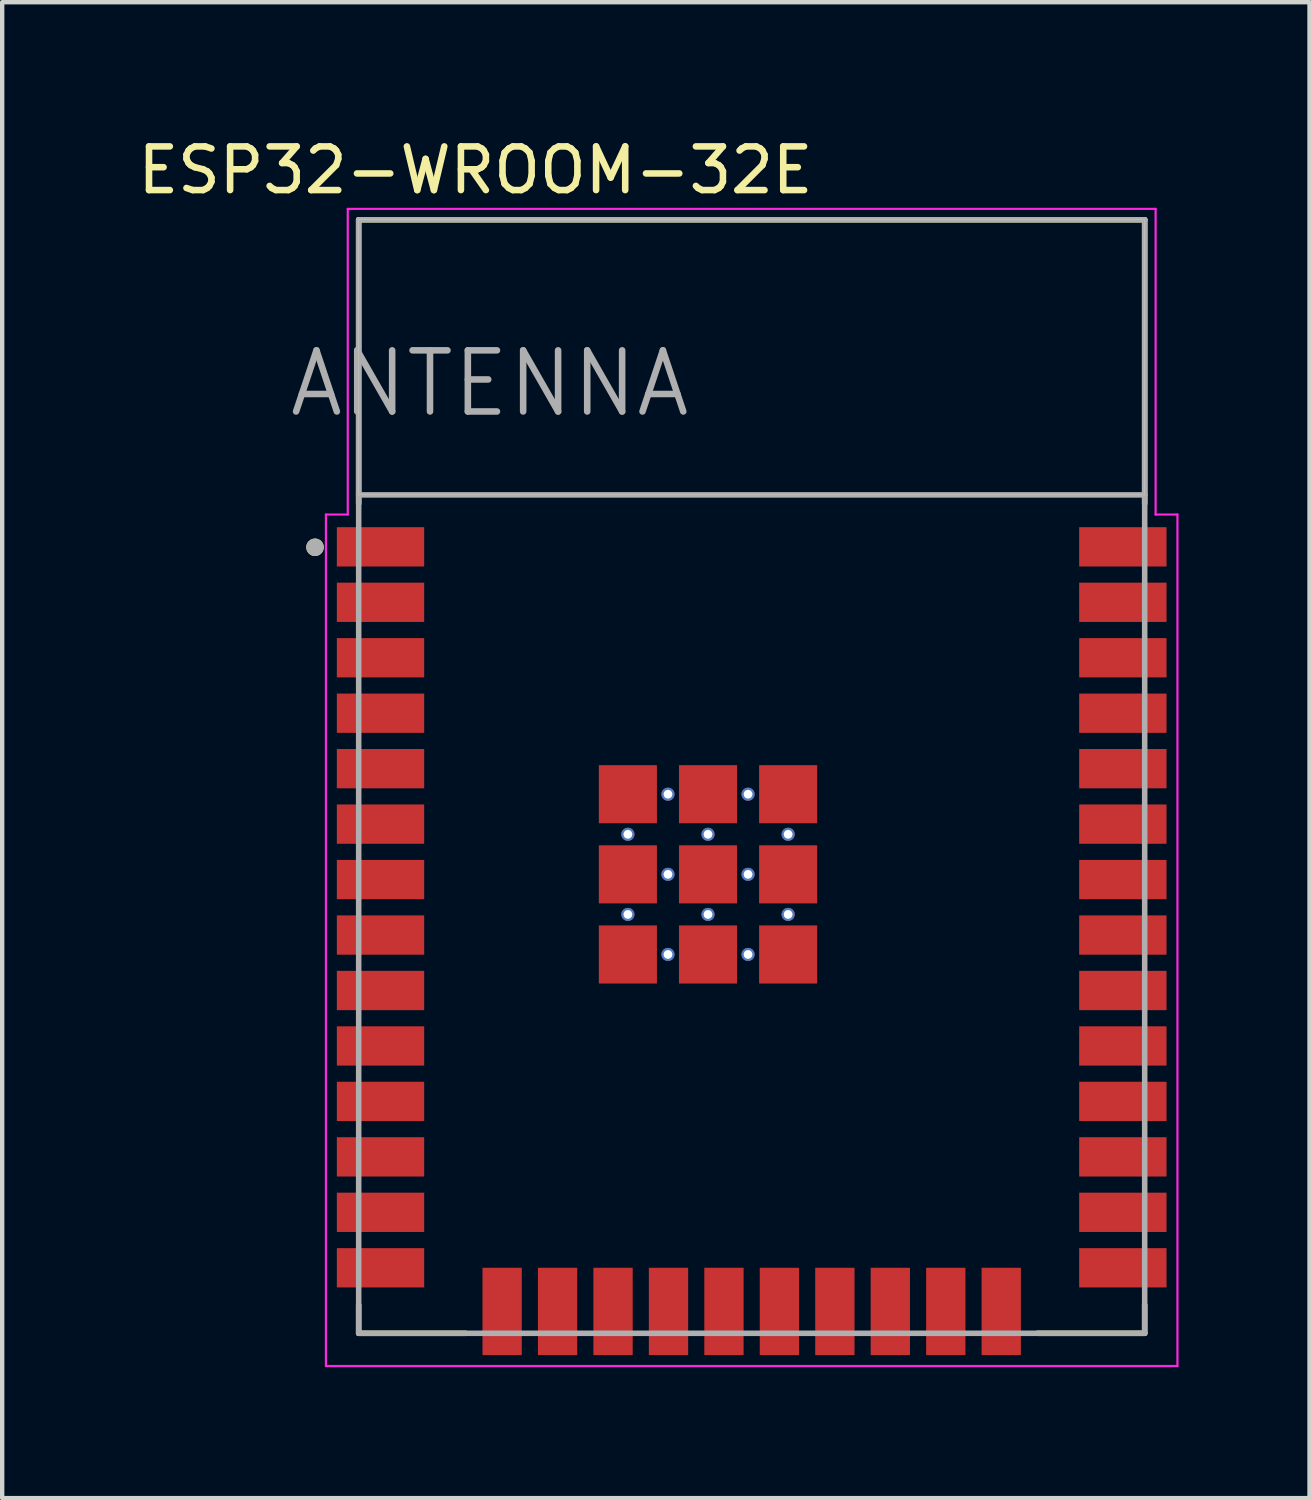
<source format=kicad_pcb>
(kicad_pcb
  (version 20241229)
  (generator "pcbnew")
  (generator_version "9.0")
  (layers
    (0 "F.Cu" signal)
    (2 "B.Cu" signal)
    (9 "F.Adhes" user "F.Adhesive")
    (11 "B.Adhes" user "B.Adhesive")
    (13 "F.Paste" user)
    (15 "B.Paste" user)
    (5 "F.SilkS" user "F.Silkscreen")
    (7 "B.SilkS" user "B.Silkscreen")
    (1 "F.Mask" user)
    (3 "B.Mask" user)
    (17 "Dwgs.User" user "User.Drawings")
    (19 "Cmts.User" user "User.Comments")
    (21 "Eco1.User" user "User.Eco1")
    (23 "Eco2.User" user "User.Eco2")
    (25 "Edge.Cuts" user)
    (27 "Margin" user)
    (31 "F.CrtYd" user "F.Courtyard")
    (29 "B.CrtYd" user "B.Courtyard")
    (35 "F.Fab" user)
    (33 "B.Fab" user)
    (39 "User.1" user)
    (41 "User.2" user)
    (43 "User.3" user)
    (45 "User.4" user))
  (footprint "ESP32-WROOM-32E"
    (layer "F.Cu")
    (at 14.164 14.733)
    (property "Reference" "ESP32-WROOM-32E" (at -6.325 -13.885 0) (layer "F.SilkS") (effects (font (size 1 1) (thickness 0.15))))
    (attr through_hole)
    (fp_line (start -9 -12.75) (end 9 -12.75) (stroke (width 0.127) (type solid)) (layer "F.SilkS"))
    (fp_line (start -9 -6.25) (end -9 -12.75) (stroke (width 0.127) (type solid)) (layer "F.SilkS"))
    (fp_line (start -9 12.1) (end -9 12.75) (stroke (width 0.127) (type solid)) (layer "F.SilkS"))
    (fp_line (start -9 12.75) (end -6.55 12.75) (stroke (width 0.127) (type solid)) (layer "F.SilkS"))
    (fp_line (start 6.55 12.75) (end 9 12.75) (stroke (width 0.127) (type solid)) (layer "F.SilkS"))
    (fp_line (start 9 -12.75) (end 9 -6.25) (stroke (width 0.127) (type solid)) (layer "F.SilkS"))
    (fp_line (start 9 12.75) (end 9 12.1) (stroke (width 0.127) (type solid)) (layer "F.SilkS"))
    (fp_circle (center -10 -5.25) (end -9.9 -5.25) (stroke (width 0.2) (type solid)) (fill no) (layer "F.SilkS"))
    (fp_poly (pts (xy -9 -12.75) (xy 9 -12.75) (xy 9 -6.45) (xy -9 -6.45)) (stroke (width 0.01) (type solid)) (fill no) (layer "Dwgs.User"))
    (fp_poly (pts (xy -9 -12.75) (xy 9 -12.75) (xy 9 -6.45) (xy -9 -6.45)) (stroke (width 0.01) (type solid)) (fill no) (layer "Dwgs.User"))
    (fp_line (start -9.75 -6) (end -9.25 -6) (stroke (width 0.05) (type solid)) (layer "F.CrtYd"))
    (fp_line (start -9.75 13.5) (end -9.75 -6) (stroke (width 0.05) (type solid)) (layer "F.CrtYd"))
    (fp_line (start -9.25 -13) (end 9.25 -13) (stroke (width 0.05) (type solid)) (layer "F.CrtYd"))
    (fp_line (start -9.25 -6) (end -9.25 -13) (stroke (width 0.05) (type solid)) (layer "F.CrtYd"))
    (fp_line (start 9.25 -13) (end 9.25 -6) (stroke (width 0.05) (type solid)) (layer "F.CrtYd"))
    (fp_line (start 9.25 -6) (end 9.75 -6) (stroke (width 0.05) (type solid)) (layer "F.CrtYd"))
    (fp_line (start 9.75 -6) (end 9.75 13.5) (stroke (width 0.05) (type solid)) (layer "F.CrtYd"))
    (fp_line (start 9.75 13.5) (end -9.75 13.5) (stroke (width 0.05) (type solid)) (layer "F.CrtYd"))
    (fp_line (start -9 -12.75) (end -9 -6.45) (stroke (width 0.127) (type solid)) (layer "F.Fab"))
    (fp_line (start -9 -12.75) (end 9 -12.75) (stroke (width 0.127) (type solid)) (layer "F.Fab"))
    (fp_line (start -9 -6.45) (end 9 -6.45) (stroke (width 0.127) (type solid)) (layer "F.Fab"))
    (fp_line (start -9 12.75) (end -9 -6.45) (stroke (width 0.127) (type solid)) (layer "F.Fab"))
    (fp_line (start 9 -12.75) (end 9 -6.45) (stroke (width 0.127) (type solid)) (layer "F.Fab"))
    (fp_line (start 9 -6.45) (end 9 12.75) (stroke (width 0.127) (type solid)) (layer "F.Fab"))
    (fp_line (start 9 12.75) (end -9 12.75) (stroke (width 0.127) (type solid)) (layer "F.Fab"))
    (fp_circle (center -10 -5.25) (end -9.9 -5.25) (stroke (width 0.2) (type solid)) (fill no) (layer "F.Fab"))
    (fp_text user "ANTENNA" (at -6 -9 0) (layer "F.Fab") (effects (font (size 1.4 1.4) (thickness 0.15))))
    (pad "1" smd rect (at -8.5 -5.26) (size 2 0.9) (layers "F.Cu" "F.Mask" "F.Paste"))
    (pad "2" smd rect (at -8.5 -3.99) (size 2 0.9) (layers "F.Cu" "F.Mask" "F.Paste"))
    (pad "3" smd rect (at -8.5 -2.72) (size 2 0.9) (layers "F.Cu" "F.Mask" "F.Paste"))
    (pad "4" smd rect (at -8.5 -1.45) (size 2 0.9) (layers "F.Cu" "F.Mask" "F.Paste"))
    (pad "5" smd rect (at -8.5 -0.18) (size 2 0.9) (layers "F.Cu" "F.Mask" "F.Paste"))
    (pad "6" smd rect (at -8.5 1.09) (size 2 0.9) (layers "F.Cu" "F.Mask" "F.Paste"))
    (pad "7" smd rect (at -8.5 2.36) (size 2 0.9) (layers "F.Cu" "F.Mask" "F.Paste"))
    (pad "8" smd rect (at -8.5 3.63) (size 2 0.9) (layers "F.Cu" "F.Mask" "F.Paste"))
    (pad "9" smd rect (at -8.5 4.9) (size 2 0.9) (layers "F.Cu" "F.Mask" "F.Paste"))
    (pad "10" smd rect (at -8.5 6.17) (size 2 0.9) (layers "F.Cu" "F.Mask" "F.Paste"))
    (pad "11" smd rect (at -8.5 7.44) (size 2 0.9) (layers "F.Cu" "F.Mask" "F.Paste"))
    (pad "12" smd rect (at -8.5 8.71) (size 2 0.9) (layers "F.Cu" "F.Mask" "F.Paste"))
    (pad "13" smd rect (at -8.5 9.98) (size 2 0.9) (layers "F.Cu" "F.Mask" "F.Paste"))
    (pad "14" smd rect (at -8.5 11.25) (size 2 0.9) (layers "F.Cu" "F.Mask" "F.Paste"))
    (pad "15" smd rect (at -5.715 12.25) (size 0.9 2) (layers "F.Cu" "F.Mask" "F.Paste"))
    (pad "16" smd rect (at -4.445 12.25) (size 0.9 2) (layers "F.Cu" "F.Mask" "F.Paste"))
    (pad "17" smd rect (at -3.175 12.25) (size 0.9 2) (layers "F.Cu" "F.Mask" "F.Paste"))
    (pad "18" smd rect (at -1.905 12.25) (size 0.9 2) (layers "F.Cu" "F.Mask" "F.Paste"))
    (pad "19" smd rect (at -0.635 12.25) (size 0.9 2) (layers "F.Cu" "F.Mask" "F.Paste"))
    (pad "20" smd rect (at 0.635 12.25) (size 0.9 2) (layers "F.Cu" "F.Mask" "F.Paste"))
    (pad "21" smd rect (at 1.905 12.25) (size 0.9 2) (layers "F.Cu" "F.Mask" "F.Paste"))
    (pad "22" smd rect (at 3.175 12.25) (size 0.9 2) (layers "F.Cu" "F.Mask" "F.Paste"))
    (pad "23" smd rect (at 4.445 12.25) (size 0.9 2) (layers "F.Cu" "F.Mask" "F.Paste"))
    (pad "24" smd rect (at 5.715 12.25) (size 0.9 2) (layers "F.Cu" "F.Mask" "F.Paste"))
    (pad "25" smd rect (at 8.5 11.25) (size 2 0.9) (layers "F.Cu" "F.Mask" "F.Paste"))
    (pad "26" smd rect (at 8.5 9.98) (size 2 0.9) (layers "F.Cu" "F.Mask" "F.Paste"))
    (pad "27" smd rect (at 8.5 8.71) (size 2 0.9) (layers "F.Cu" "F.Mask" "F.Paste"))
    (pad "28" smd rect (at 8.5 7.44) (size 2 0.9) (layers "F.Cu" "F.Mask" "F.Paste"))
    (pad "29" smd rect (at 8.5 6.17) (size 2 0.9) (layers "F.Cu" "F.Mask" "F.Paste"))
    (pad "30" smd rect (at 8.5 4.9) (size 2 0.9) (layers "F.Cu" "F.Mask" "F.Paste"))
    (pad "31" smd rect (at 8.5 3.63) (size 2 0.9) (layers "F.Cu" "F.Mask" "F.Paste"))
    (pad "32" smd rect (at 8.5 2.36) (size 2 0.9) (layers "F.Cu" "F.Mask" "F.Paste"))
    (pad "33" smd rect (at 8.5 1.09) (size 2 0.9) (layers "F.Cu" "F.Mask" "F.Paste"))
    (pad "34" smd rect (at 8.5 -0.18) (size 2 0.9) (layers "F.Cu" "F.Mask" "F.Paste"))
    (pad "35" smd rect (at 8.5 -1.45) (size 2 0.9) (layers "F.Cu" "F.Mask" "F.Paste"))
    (pad "36" smd rect (at 8.5 -2.72) (size 2 0.9) (layers "F.Cu" "F.Mask" "F.Paste"))
    (pad "37" smd rect (at 8.5 -3.99) (size 2 0.9) (layers "F.Cu" "F.Mask" "F.Paste"))
    (pad "38" smd rect (at 8.5 -5.26) (size 2 0.9) (layers "F.Cu" "F.Mask" "F.Paste"))
    (pad "39_1" smd rect (at -2.835 0.405) (size 1.33 1.33) (layers "F.Cu" "F.Mask" "F.Paste"))
    (pad "39_2" smd rect (at -1 0.405) (size 1.33 1.33) (layers "F.Cu" "F.Mask" "F.Paste"))
    (pad "39_3" smd rect (at 0.835 0.405) (size 1.33 1.33) (layers "F.Cu" "F.Mask" "F.Paste"))
    (pad "39_4" smd rect (at -2.835 2.24) (size 1.33 1.33) (layers "F.Cu" "F.Mask" "F.Paste"))
    (pad "39_5" smd rect (at -1 2.24) (size 1.33 1.33) (layers "F.Cu" "F.Mask" "F.Paste"))
    (pad "39_6" smd rect (at 0.835 2.24) (size 1.33 1.33) (layers "F.Cu" "F.Mask" "F.Paste"))
    (pad "39_7" smd rect (at -2.835 4.075) (size 1.33 1.33) (layers "F.Cu" "F.Mask" "F.Paste"))
    (pad "39_8" smd rect (at -1 4.075) (size 1.33 1.33) (layers "F.Cu" "F.Mask" "F.Paste"))
    (pad "39_9" smd rect (at 0.835 4.075) (size 1.33 1.33) (layers "F.Cu" "F.Mask" "F.Paste"))
    (pad "39_10" thru_hole circle (at -1.917 0.405) (size 0.3 0.3) (drill 0.2) (layers "*.Cu" "*.Mask"))
    (pad "39_11" thru_hole circle (at -0.083 0.405) (size 0.3 0.3) (drill 0.2) (layers "*.Cu" "*.Mask"))
    (pad "39_12" thru_hole circle (at -2.835 1.323) (size 0.3 0.3) (drill 0.2) (layers "*.Cu" "*.Mask"))
    (pad "39_13" thru_hole circle (at -1 1.323) (size 0.3 0.3) (drill 0.2) (layers "*.Cu" "*.Mask"))
    (pad "39_14" thru_hole circle (at 0.835 1.323) (size 0.3 0.3) (drill 0.2) (layers "*.Cu" "*.Mask"))
    (pad "39_15" thru_hole circle (at -1.917 2.24) (size 0.3 0.3) (drill 0.2) (layers "*.Cu" "*.Mask"))
    (pad "39_16" thru_hole circle (at -0.083 2.24) (size 0.3 0.3) (drill 0.2) (layers "*.Cu" "*.Mask"))
    (pad "39_17" thru_hole circle (at -2.835 3.158) (size 0.3 0.3) (drill 0.2) (layers "*.Cu" "*.Mask"))
    (pad "39_18" thru_hole circle (at -1 3.158) (size 0.3 0.3) (drill 0.2) (layers "*.Cu" "*.Mask"))
    (pad "39_19" thru_hole circle (at 0.835 3.158) (size 0.3 0.3) (drill 0.2) (layers "*.Cu" "*.Mask"))
    (pad "39_20" thru_hole circle (at -1.917 4.075) (size 0.3 0.3) (drill 0.2) (layers "*.Cu" "*.Mask"))
    (pad "39_21" thru_hole circle (at -0.083 4.075) (size 0.3 0.3) (drill 0.2) (layers "*.Cu" "*.Mask")))
  (gr_rect
    (start -3 -3)
    (end 26.939 31.258)
    (stroke (width 0.1) (type default))
    (fill no)
    (layer "Edge.Cuts")))
</source>
